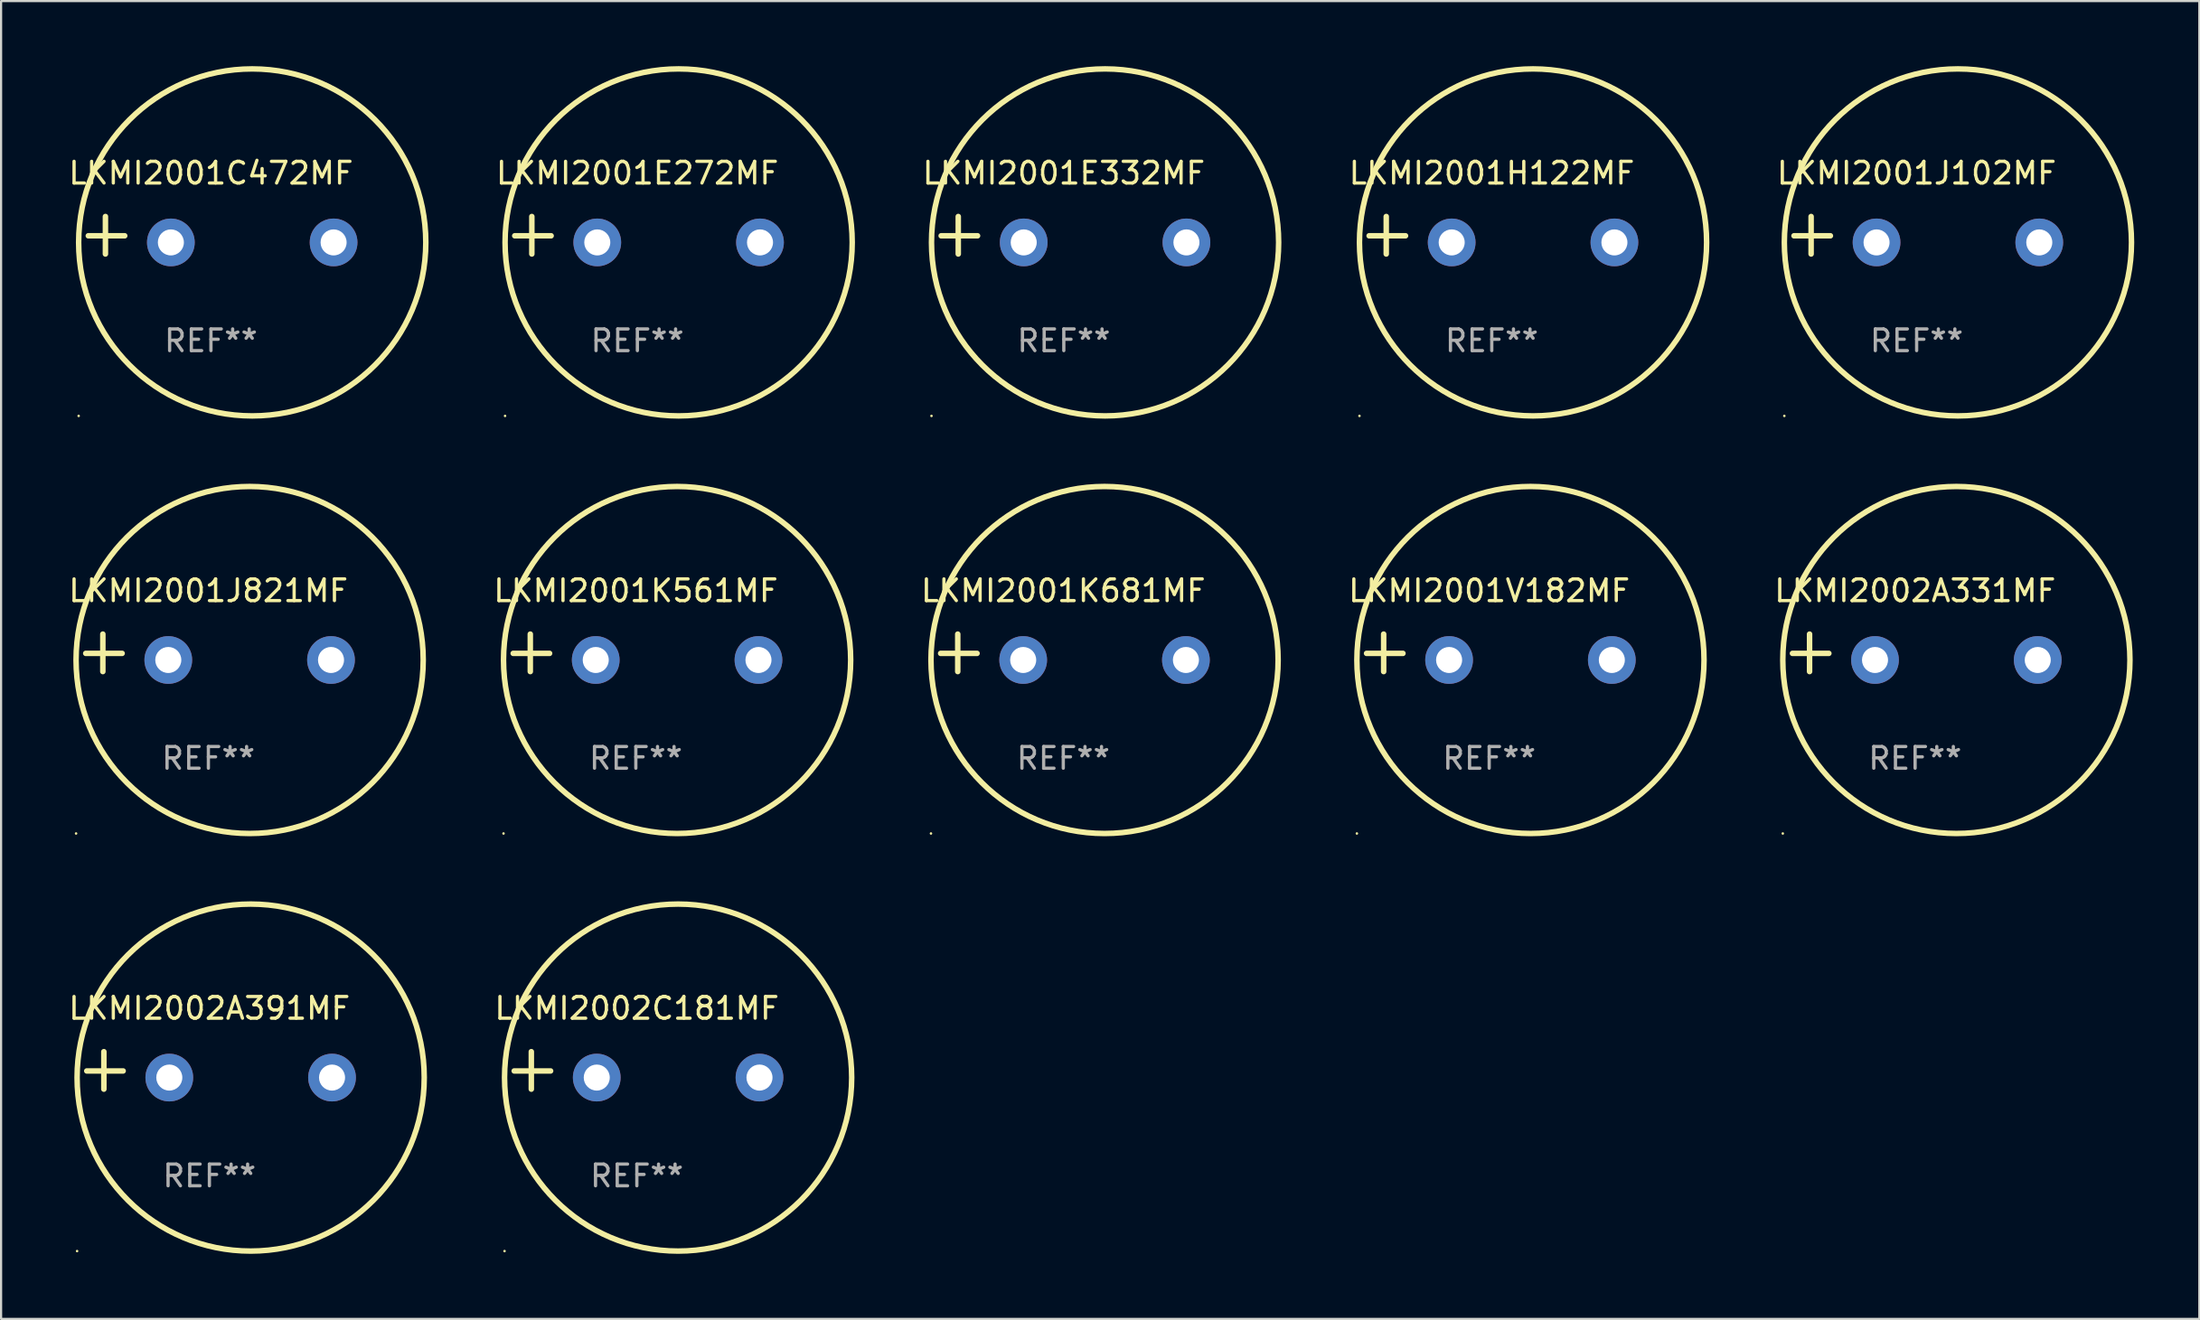
<source format=kicad_pcb>
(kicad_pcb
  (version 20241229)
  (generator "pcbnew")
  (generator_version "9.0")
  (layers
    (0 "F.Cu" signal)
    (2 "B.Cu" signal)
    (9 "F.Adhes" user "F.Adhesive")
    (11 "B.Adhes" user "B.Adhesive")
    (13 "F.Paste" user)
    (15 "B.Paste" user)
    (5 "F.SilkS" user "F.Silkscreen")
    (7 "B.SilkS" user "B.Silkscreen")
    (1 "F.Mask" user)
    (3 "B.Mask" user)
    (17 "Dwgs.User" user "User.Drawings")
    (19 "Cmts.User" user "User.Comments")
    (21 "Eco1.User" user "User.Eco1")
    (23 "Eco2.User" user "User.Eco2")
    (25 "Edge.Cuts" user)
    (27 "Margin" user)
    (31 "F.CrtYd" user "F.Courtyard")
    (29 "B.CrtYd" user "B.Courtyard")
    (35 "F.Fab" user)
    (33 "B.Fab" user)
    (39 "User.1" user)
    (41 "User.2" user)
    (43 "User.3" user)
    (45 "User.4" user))
  (footprint "LKMI2001E332MF"
    (layer "F.Cu")
    (at 45.98 7.797)
    (property "Reference" "LKMI2001E332MF" (at 0 -2.864 0) (layer "F.SilkS") (effects (font (size 1 1) (thickness 0.15))))
    (attr through_hole)
    (fp_line (start -4.864 0.864) (end -4.864 -0.864) (stroke (width 0.254) (type solid)) (layer "F.SilkS"))
    (fp_line (start -3.975 0.025) (end -5.652 0.025) (stroke (width 0.254) (type solid)) (layer "F.SilkS"))
    (fp_circle (center -6.098 8.33) (end -6.068 8.33) (stroke (width 0.06) (type solid)) (fill no) (layer "F.SilkS"))
    (fp_circle (center 1.902 0.33) (end 9.902 0.33) (stroke (width 0.254) (type solid)) (fill no) (layer "F.SilkS"))
    (fp_text user "REF**" (at 0 4.864 0) (layer "F.Fab") (effects (font (size 1 1) (thickness 0.15))))
    (pad "1" thru_hole circle (at -1.848 0.33) (size 2.2 2.2) (drill 1.2) (layers "*.Cu" "*.Mask"))
    (pad "2" thru_hole circle (at 5.652 0.33) (size 2.2 2.2) (drill 1.2) (layers "*.Cu" "*.Mask")))
  (footprint "LKMI2001K561MF"
    (layer "F.Cu")
    (at 26.255 27.051)
    (property "Reference" "LKMI2001K561MF" (at 0 -2.864 0) (layer "F.SilkS") (effects (font (size 1 1) (thickness 0.15))))
    (attr through_hole)
    (fp_line (start -4.864 0.864) (end -4.864 -0.864) (stroke (width 0.254) (type solid)) (layer "F.SilkS"))
    (fp_line (start -3.975 0.025) (end -5.652 0.025) (stroke (width 0.254) (type solid)) (layer "F.SilkS"))
    (fp_circle (center -6.098 8.33) (end -6.068 8.33) (stroke (width 0.06) (type solid)) (fill no) (layer "F.SilkS"))
    (fp_circle (center 1.902 0.33) (end 9.902 0.33) (stroke (width 0.254) (type solid)) (fill no) (layer "F.SilkS"))
    (fp_text user "REF**" (at 0 4.864 0) (layer "F.Fab") (effects (font (size 1 1) (thickness 0.15))))
    (pad "1" thru_hole circle (at -1.848 0.33) (size 2.2 2.2) (drill 1.2) (layers "*.Cu" "*.Mask"))
    (pad "2" thru_hole circle (at 5.652 0.33) (size 2.2 2.2) (drill 1.2) (layers "*.Cu" "*.Mask")))
  (footprint "LKMI2002A391MF"
    (layer "F.Cu")
    (at 6.601 46.305)
    (property "Reference" "LKMI2002A391MF" (at 0 -2.864 0) (layer "F.SilkS") (effects (font (size 1 1) (thickness 0.15))))
    (attr through_hole)
    (fp_line (start -4.864 0.864) (end -4.864 -0.864) (stroke (width 0.254) (type solid)) (layer "F.SilkS"))
    (fp_line (start -3.975 0.025) (end -5.652 0.025) (stroke (width 0.254) (type solid)) (layer "F.SilkS"))
    (fp_circle (center -6.098 8.33) (end -6.068 8.33) (stroke (width 0.06) (type solid)) (fill no) (layer "F.SilkS"))
    (fp_circle (center 1.902 0.33) (end 9.902 0.33) (stroke (width 0.254) (type solid)) (fill no) (layer "F.SilkS"))
    (fp_text user "REF**" (at 0 4.864 0) (layer "F.Fab") (effects (font (size 1 1) (thickness 0.15))))
    (pad "1" thru_hole circle (at -1.848 0.33) (size 2.2 2.2) (drill 1.2) (layers "*.Cu" "*.Mask"))
    (pad "2" thru_hole circle (at 5.652 0.33) (size 2.2 2.2) (drill 1.2) (layers "*.Cu" "*.Mask")))
  (footprint "LKMI2002A331MF"
    (layer "F.Cu")
    (at 85.216 27.051)
    (property "Reference" "LKMI2002A331MF" (at 0 -2.864 0) (layer "F.SilkS") (effects (font (size 1 1) (thickness 0.15))))
    (attr through_hole)
    (fp_line (start -4.864 0.864) (end -4.864 -0.864) (stroke (width 0.254) (type solid)) (layer "F.SilkS"))
    (fp_line (start -3.975 0.025) (end -5.652 0.025) (stroke (width 0.254) (type solid)) (layer "F.SilkS"))
    (fp_circle (center -6.098 8.33) (end -6.068 8.33) (stroke (width 0.06) (type solid)) (fill no) (layer "F.SilkS"))
    (fp_circle (center 1.902 0.33) (end 9.902 0.33) (stroke (width 0.254) (type solid)) (fill no) (layer "F.SilkS"))
    (fp_text user "REF**" (at 0 4.864 0) (layer "F.Fab") (effects (font (size 1 1) (thickness 0.15))))
    (pad "1" thru_hole circle (at -1.848 0.33) (size 2.2 2.2) (drill 1.2) (layers "*.Cu" "*.Mask"))
    (pad "2" thru_hole circle (at 5.652 0.33) (size 2.2 2.2) (drill 1.2) (layers "*.Cu" "*.Mask")))
  (footprint "LKMI2001J102MF"
    (layer "F.Cu")
    (at 85.287 7.797)
    (property "Reference" "LKMI2001J102MF" (at 0 -2.864 0) (layer "F.SilkS") (effects (font (size 1 1) (thickness 0.15))))
    (attr through_hole)
    (fp_line (start -4.864 0.864) (end -4.864 -0.864) (stroke (width 0.254) (type solid)) (layer "F.SilkS"))
    (fp_line (start -3.975 0.025) (end -5.652 0.025) (stroke (width 0.254) (type solid)) (layer "F.SilkS"))
    (fp_circle (center -6.098 8.33) (end -6.068 8.33) (stroke (width 0.06) (type solid)) (fill no) (layer "F.SilkS"))
    (fp_circle (center 1.902 0.33) (end 9.902 0.33) (stroke (width 0.254) (type solid)) (fill no) (layer "F.SilkS"))
    (fp_text user "REF**" (at 0 4.864 0) (layer "F.Fab") (effects (font (size 1 1) (thickness 0.15))))
    (pad "1" thru_hole circle (at -1.848 0.33) (size 2.2 2.2) (drill 1.2) (layers "*.Cu" "*.Mask"))
    (pad "2" thru_hole circle (at 5.652 0.33) (size 2.2 2.2) (drill 1.2) (layers "*.Cu" "*.Mask")))
  (footprint "LKMI2001V182MF"
    (layer "F.Cu")
    (at 65.586 27.051)
    (property "Reference" "LKMI2001V182MF" (at 0 -2.864 0) (layer "F.SilkS") (effects (font (size 1 1) (thickness 0.15))))
    (attr through_hole)
    (fp_line (start -4.864 0.864) (end -4.864 -0.864) (stroke (width 0.254) (type solid)) (layer "F.SilkS"))
    (fp_line (start -3.975 0.025) (end -5.652 0.025) (stroke (width 0.254) (type solid)) (layer "F.SilkS"))
    (fp_circle (center -6.098 8.33) (end -6.068 8.33) (stroke (width 0.06) (type solid)) (fill no) (layer "F.SilkS"))
    (fp_circle (center 1.902 0.33) (end 9.902 0.33) (stroke (width 0.254) (type solid)) (fill no) (layer "F.SilkS"))
    (fp_text user "REF**" (at 0 4.864 0) (layer "F.Fab") (effects (font (size 1 1) (thickness 0.15))))
    (pad "1" thru_hole circle (at -1.848 0.33) (size 2.2 2.2) (drill 1.2) (layers "*.Cu" "*.Mask"))
    (pad "2" thru_hole circle (at 5.652 0.33) (size 2.2 2.2) (drill 1.2) (layers "*.Cu" "*.Mask")))
  (footprint "LKMI2001E272MF"
    (layer "F.Cu")
    (at 26.326 7.797)
    (property "Reference" "LKMI2001E272MF" (at 0 -2.864 0) (layer "F.SilkS") (effects (font (size 1 1) (thickness 0.15))))
    (attr through_hole)
    (fp_line (start -4.864 0.864) (end -4.864 -0.864) (stroke (width 0.254) (type solid)) (layer "F.SilkS"))
    (fp_line (start -3.975 0.025) (end -5.652 0.025) (stroke (width 0.254) (type solid)) (layer "F.SilkS"))
    (fp_circle (center -6.098 8.33) (end -6.068 8.33) (stroke (width 0.06) (type solid)) (fill no) (layer "F.SilkS"))
    (fp_circle (center 1.902 0.33) (end 9.902 0.33) (stroke (width 0.254) (type solid)) (fill no) (layer "F.SilkS"))
    (fp_text user "REF**" (at 0 4.864 0) (layer "F.Fab") (effects (font (size 1 1) (thickness 0.15))))
    (pad "1" thru_hole circle (at -1.848 0.33) (size 2.2 2.2) (drill 1.2) (layers "*.Cu" "*.Mask"))
    (pad "2" thru_hole circle (at 5.652 0.33) (size 2.2 2.2) (drill 1.2) (layers "*.Cu" "*.Mask")))
  (footprint "LKMI2002C181MF"
    (layer "F.Cu")
    (at 26.302 46.305)
    (property "Reference" "LKMI2002C181MF" (at 0 -2.864 0) (layer "F.SilkS") (effects (font (size 1 1) (thickness 0.15))))
    (attr through_hole)
    (fp_line (start -4.864 0.864) (end -4.864 -0.864) (stroke (width 0.254) (type solid)) (layer "F.SilkS"))
    (fp_line (start -3.975 0.025) (end -5.652 0.025) (stroke (width 0.254) (type solid)) (layer "F.SilkS"))
    (fp_circle (center -6.098 8.33) (end -6.068 8.33) (stroke (width 0.06) (type solid)) (fill no) (layer "F.SilkS"))
    (fp_circle (center 1.902 0.33) (end 9.902 0.33) (stroke (width 0.254) (type solid)) (fill no) (layer "F.SilkS"))
    (fp_text user "REF**" (at 0 4.864 0) (layer "F.Fab") (effects (font (size 1 1) (thickness 0.15))))
    (pad "1" thru_hole circle (at -1.848 0.33) (size 2.2 2.2) (drill 1.2) (layers "*.Cu" "*.Mask"))
    (pad "2" thru_hole circle (at 5.652 0.33) (size 2.2 2.2) (drill 1.2) (layers "*.Cu" "*.Mask")))
  (footprint "LKMI2001J821MF"
    (layer "F.Cu")
    (at 6.554 27.051)
    (property "Reference" "LKMI2001J821MF" (at 0 -2.864 0) (layer "F.SilkS") (effects (font (size 1 1) (thickness 0.15))))
    (attr through_hole)
    (fp_line (start -4.864 0.864) (end -4.864 -0.864) (stroke (width 0.254) (type solid)) (layer "F.SilkS"))
    (fp_line (start -3.975 0.025) (end -5.652 0.025) (stroke (width 0.254) (type solid)) (layer "F.SilkS"))
    (fp_circle (center -6.098 8.33) (end -6.068 8.33) (stroke (width 0.06) (type solid)) (fill no) (layer "F.SilkS"))
    (fp_circle (center 1.902 0.33) (end 9.902 0.33) (stroke (width 0.254) (type solid)) (fill no) (layer "F.SilkS"))
    (fp_text user "REF**" (at 0 4.864 0) (layer "F.Fab") (effects (font (size 1 1) (thickness 0.15))))
    (pad "1" thru_hole circle (at -1.848 0.33) (size 2.2 2.2) (drill 1.2) (layers "*.Cu" "*.Mask"))
    (pad "2" thru_hole circle (at 5.652 0.33) (size 2.2 2.2) (drill 1.2) (layers "*.Cu" "*.Mask")))
  (footprint "LKMI2001C472MF"
    (layer "F.Cu")
    (at 6.673 7.797)
    (property "Reference" "LKMI2001C472MF" (at 0 -2.864 0) (layer "F.SilkS") (effects (font (size 1 1) (thickness 0.15))))
    (attr through_hole)
    (fp_line (start -4.864 0.864) (end -4.864 -0.864) (stroke (width 0.254) (type solid)) (layer "F.SilkS"))
    (fp_line (start -3.975 0.025) (end -5.652 0.025) (stroke (width 0.254) (type solid)) (layer "F.SilkS"))
    (fp_circle (center -6.098 8.33) (end -6.068 8.33) (stroke (width 0.06) (type solid)) (fill no) (layer "F.SilkS"))
    (fp_circle (center 1.902 0.33) (end 9.902 0.33) (stroke (width 0.254) (type solid)) (fill no) (layer "F.SilkS"))
    (fp_text user "REF**" (at 0 4.864 0) (layer "F.Fab") (effects (font (size 1 1) (thickness 0.15))))
    (pad "1" thru_hole circle (at -1.848 0.33) (size 2.2 2.2) (drill 1.2) (layers "*.Cu" "*.Mask"))
    (pad "2" thru_hole circle (at 5.652 0.33) (size 2.2 2.2) (drill 1.2) (layers "*.Cu" "*.Mask")))
  (footprint "LKMI2001K681MF"
    (layer "F.Cu")
    (at 45.956 27.051)
    (property "Reference" "LKMI2001K681MF" (at 0 -2.864 0) (layer "F.SilkS") (effects (font (size 1 1) (thickness 0.15))))
    (attr through_hole)
    (fp_line (start -4.864 0.864) (end -4.864 -0.864) (stroke (width 0.254) (type solid)) (layer "F.SilkS"))
    (fp_line (start -3.975 0.025) (end -5.652 0.025) (stroke (width 0.254) (type solid)) (layer "F.SilkS"))
    (fp_circle (center -6.098 8.33) (end -6.068 8.33) (stroke (width 0.06) (type solid)) (fill no) (layer "F.SilkS"))
    (fp_circle (center 1.902 0.33) (end 9.902 0.33) (stroke (width 0.254) (type solid)) (fill no) (layer "F.SilkS"))
    (fp_text user "REF**" (at 0 4.864 0) (layer "F.Fab") (effects (font (size 1 1) (thickness 0.15))))
    (pad "1" thru_hole circle (at -1.848 0.33) (size 2.2 2.2) (drill 1.2) (layers "*.Cu" "*.Mask"))
    (pad "2" thru_hole circle (at 5.652 0.33) (size 2.2 2.2) (drill 1.2) (layers "*.Cu" "*.Mask")))
  (footprint "LKMI2001H122MF"
    (layer "F.Cu")
    (at 65.705 7.797)
    (property "Reference" "LKMI2001H122MF" (at 0 -2.864 0) (layer "F.SilkS") (effects (font (size 1 1) (thickness 0.15))))
    (attr through_hole)
    (fp_line (start -4.864 0.864) (end -4.864 -0.864) (stroke (width 0.254) (type solid)) (layer "F.SilkS"))
    (fp_line (start -3.975 0.025) (end -5.652 0.025) (stroke (width 0.254) (type solid)) (layer "F.SilkS"))
    (fp_circle (center -6.098 8.33) (end -6.068 8.33) (stroke (width 0.06) (type solid)) (fill no) (layer "F.SilkS"))
    (fp_circle (center 1.902 0.33) (end 9.902 0.33) (stroke (width 0.254) (type solid)) (fill no) (layer "F.SilkS"))
    (fp_text user "REF**" (at 0 4.864 0) (layer "F.Fab") (effects (font (size 1 1) (thickness 0.15))))
    (pad "1" thru_hole circle (at -1.848 0.33) (size 2.2 2.2) (drill 1.2) (layers "*.Cu" "*.Mask"))
    (pad "2" thru_hole circle (at 5.652 0.33) (size 2.2 2.2) (drill 1.2) (layers "*.Cu" "*.Mask")))
  (gr_rect
    (start -3 -3)
    (end 98.316 57.762)
    (stroke (width 0.1) (type default))
    (fill no)
    (layer "Edge.Cuts")))
</source>
